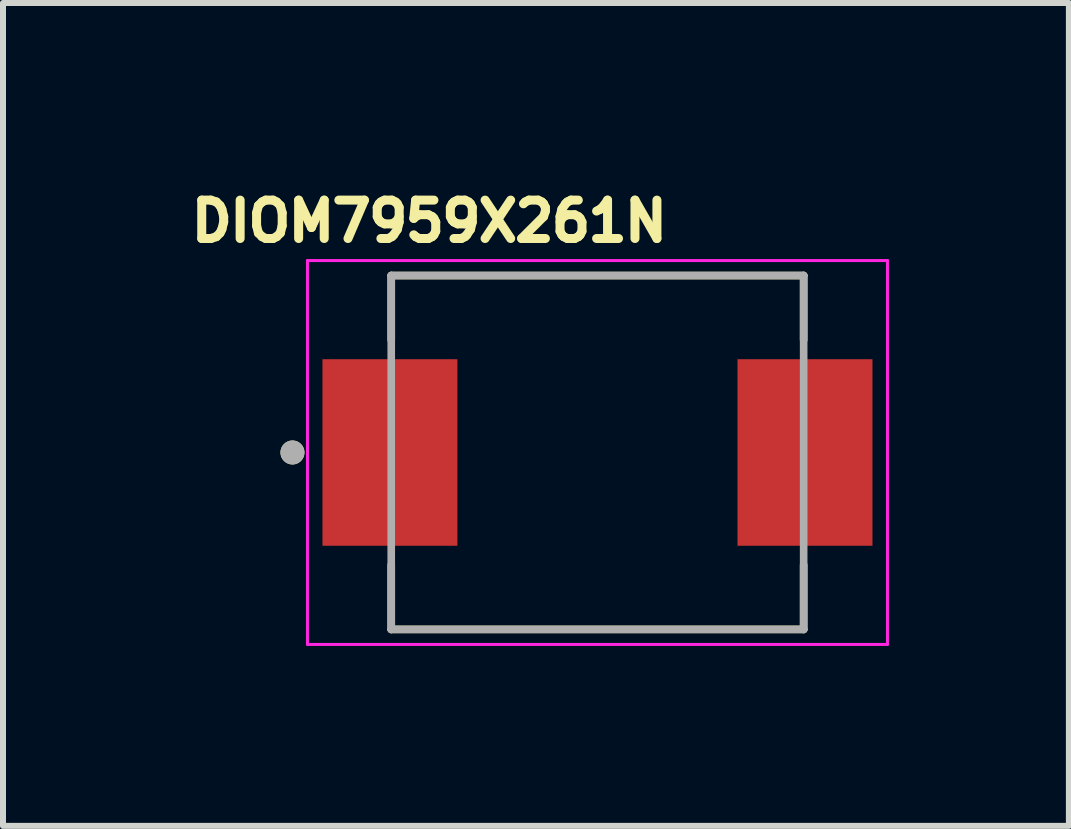
<source format=kicad_pcb>
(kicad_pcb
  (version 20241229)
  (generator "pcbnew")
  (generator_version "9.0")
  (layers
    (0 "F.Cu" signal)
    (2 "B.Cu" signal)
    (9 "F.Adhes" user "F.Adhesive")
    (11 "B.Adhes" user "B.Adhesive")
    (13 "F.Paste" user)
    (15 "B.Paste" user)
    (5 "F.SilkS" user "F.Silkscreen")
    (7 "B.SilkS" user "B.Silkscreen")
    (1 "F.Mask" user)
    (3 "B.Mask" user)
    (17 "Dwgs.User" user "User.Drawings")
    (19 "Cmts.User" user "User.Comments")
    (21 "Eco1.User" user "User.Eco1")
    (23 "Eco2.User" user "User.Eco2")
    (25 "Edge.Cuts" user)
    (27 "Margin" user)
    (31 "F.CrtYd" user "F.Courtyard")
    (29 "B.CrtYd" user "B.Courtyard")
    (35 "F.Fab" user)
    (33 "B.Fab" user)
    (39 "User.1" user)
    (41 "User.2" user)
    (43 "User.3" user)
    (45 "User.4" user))
  (footprint "DIOM7959X261N"
    (layer "F.Cu")
    (at 6.911 4.494)
    (property "Reference" "DIOM7959X261N" (at -2.803 -3.856 0) (layer "F.SilkS") (effects (font (size 0.64 0.64) (thickness 0.15))))
    (attr smd)
    (fp_line (start -3.438 -2.95) (end -3.438 -1.875) (stroke (width 0.127) (type solid)) (layer "F.SilkS"))
    (fp_line (start -3.438 -2.95) (end 3.438 -2.95) (stroke (width 0.127) (type solid)) (layer "F.SilkS"))
    (fp_line (start -3.438 2.95) (end -3.438 1.875) (stroke (width 0.127) (type solid)) (layer "F.SilkS"))
    (fp_line (start -3.438 2.95) (end 3.438 2.95) (stroke (width 0.127) (type solid)) (layer "F.SilkS"))
    (fp_line (start 3.438 -2.95) (end 3.438 -1.875) (stroke (width 0.127) (type solid)) (layer "F.SilkS"))
    (fp_line (start 3.438 2.95) (end 3.438 1.875) (stroke (width 0.127) (type solid)) (layer "F.SilkS"))
    (fp_circle (center -5.085 0) (end -4.985 0) (stroke (width 0.2) (type solid)) (fill no) (layer "F.SilkS"))
    (fp_line (start -4.835 -3.2) (end -4.835 3.2) (stroke (width 0.05) (type solid)) (layer "F.CrtYd"))
    (fp_line (start -4.835 3.2) (end 4.835 3.2) (stroke (width 0.05) (type solid)) (layer "F.CrtYd"))
    (fp_line (start 4.835 -3.2) (end -4.835 -3.2) (stroke (width 0.05) (type solid)) (layer "F.CrtYd"))
    (fp_line (start 4.835 3.2) (end 4.835 -3.2) (stroke (width 0.05) (type solid)) (layer "F.CrtYd"))
    (fp_line (start -3.438 -2.95) (end -3.438 2.95) (stroke (width 0.127) (type solid)) (layer "F.Fab"))
    (fp_line (start -3.438 -2.95) (end 3.438 -2.95) (stroke (width 0.127) (type solid)) (layer "F.Fab"))
    (fp_line (start -3.438 2.95) (end 3.438 2.95) (stroke (width 0.127) (type solid)) (layer "F.Fab"))
    (fp_line (start 3.438 -2.95) (end 3.438 2.95) (stroke (width 0.127) (type solid)) (layer "F.Fab"))
    (fp_circle (center -5.085 0) (end -4.985 0) (stroke (width 0.2) (type solid)) (fill no) (layer "F.Fab"))
    (pad "1" smd rect (at -3.46 0) (size 2.25 3.11) (layers "F.Cu" "F.Mask" "F.Paste"))
    (pad "2" smd rect (at 3.46 0) (size 2.25 3.11) (layers "F.Cu" "F.Mask" "F.Paste")))
  (gr_rect
    (start -3 -3)
    (end 14.771 10.719)
    (stroke (width 0.1) (type default))
    (fill no)
    (layer "Edge.Cuts")))
</source>
